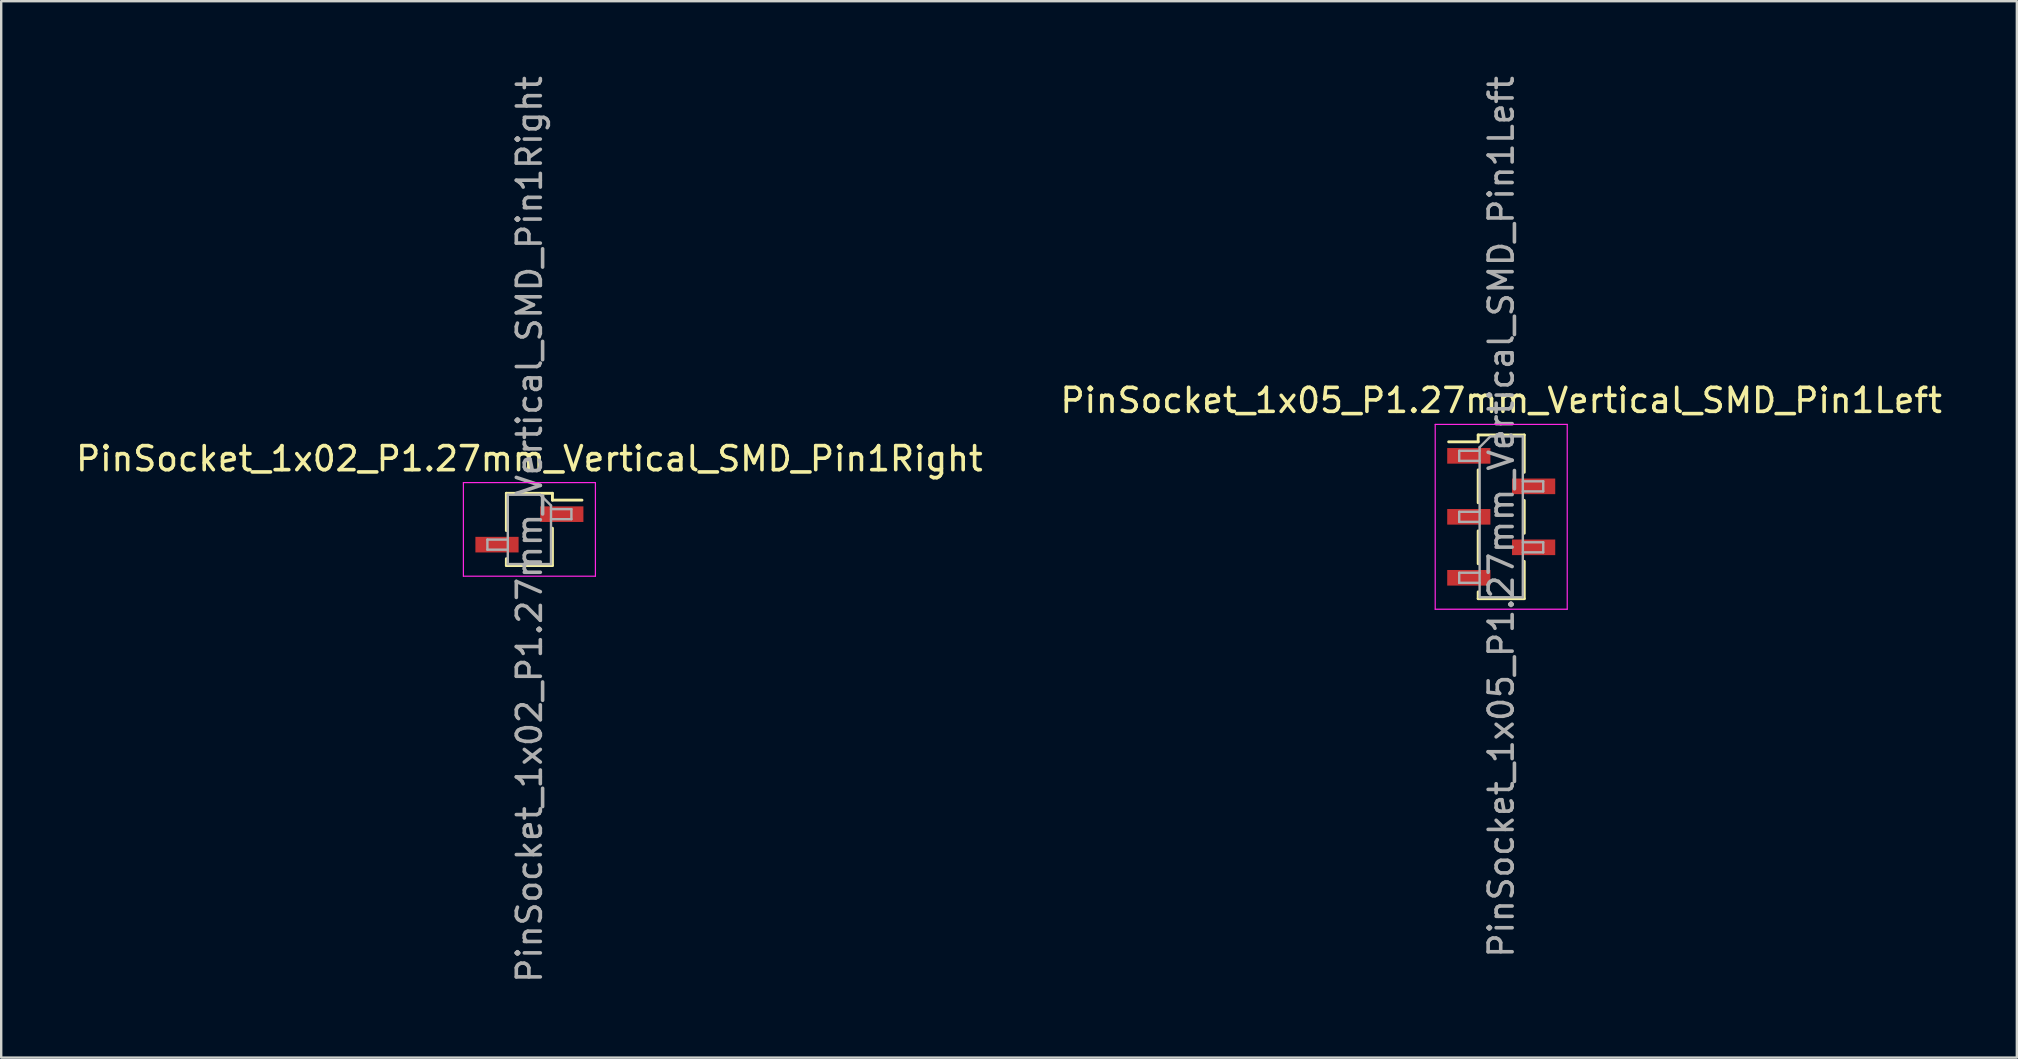
<source format=kicad_pcb>
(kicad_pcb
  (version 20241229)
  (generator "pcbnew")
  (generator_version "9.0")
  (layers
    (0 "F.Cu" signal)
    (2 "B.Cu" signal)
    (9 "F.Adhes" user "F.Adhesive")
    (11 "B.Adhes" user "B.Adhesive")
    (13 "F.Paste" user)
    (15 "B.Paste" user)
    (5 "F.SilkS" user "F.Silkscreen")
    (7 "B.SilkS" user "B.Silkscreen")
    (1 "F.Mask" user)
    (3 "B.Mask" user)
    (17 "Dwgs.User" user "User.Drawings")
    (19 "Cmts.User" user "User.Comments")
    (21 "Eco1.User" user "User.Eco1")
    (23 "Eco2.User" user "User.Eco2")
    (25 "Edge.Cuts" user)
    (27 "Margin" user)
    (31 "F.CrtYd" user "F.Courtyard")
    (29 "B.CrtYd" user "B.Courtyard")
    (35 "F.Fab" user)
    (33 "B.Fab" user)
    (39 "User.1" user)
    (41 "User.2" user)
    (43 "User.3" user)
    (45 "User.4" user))
  (footprint "PinSocket_1x02_P1.27mm_Vertical_SMD_Pin1Right"
    (layer "F.Cu")
    (at 19.006 19.006)
    (property "Reference" "PinSocket_1x02_P1.27mm_Vertical_SMD_Pin1Right" (at 0 -2.945 0) (layer "F.SilkS") (effects (font (size 1 1) (thickness 0.15))))
    (attr smd)
    (fp_line (start -0.96 -1.505) (end -0.96 0.05) (stroke (width 0.12) (type solid)) (layer "F.SilkS"))
    (fp_line (start -0.96 -1.505) (end 0.96 -1.505) (stroke (width 0.12) (type solid)) (layer "F.SilkS"))
    (fp_line (start -0.96 1.22) (end -0.96 1.505) (stroke (width 0.12) (type solid)) (layer "F.SilkS"))
    (fp_line (start -0.96 1.505) (end 0.96 1.505) (stroke (width 0.12) (type solid)) (layer "F.SilkS"))
    (fp_line (start 0.96 -1.505) (end 0.96 -1.22) (stroke (width 0.12) (type solid)) (layer "F.SilkS"))
    (fp_line (start 0.96 -1.22) (end 2.19 -1.22) (stroke (width 0.12) (type solid)) (layer "F.SilkS"))
    (fp_line (start 0.96 -0.05) (end 0.96 1.505) (stroke (width 0.12) (type solid)) (layer "F.SilkS"))
    (fp_line (start -2.75 -1.95) (end 2.75 -1.95) (stroke (width 0.05) (type solid)) (layer "F.CrtYd"))
    (fp_line (start -2.75 1.95) (end -2.75 -1.95) (stroke (width 0.05) (type solid)) (layer "F.CrtYd"))
    (fp_line (start 2.75 -1.95) (end 2.75 1.95) (stroke (width 0.05) (type solid)) (layer "F.CrtYd"))
    (fp_line (start 2.75 1.95) (end -2.75 1.95) (stroke (width 0.05) (type solid)) (layer "F.CrtYd"))
    (fp_line (start -1.75 0.425) (end -0.9 0.425) (stroke (width 0.1) (type solid)) (layer "F.Fab"))
    (fp_line (start -1.75 0.845) (end -1.75 0.425) (stroke (width 0.1) (type solid)) (layer "F.Fab"))
    (fp_line (start -0.9 -1.445) (end 0.45 -1.445) (stroke (width 0.1) (type solid)) (layer "F.Fab"))
    (fp_line (start -0.9 0.845) (end -1.75 0.845) (stroke (width 0.1) (type solid)) (layer "F.Fab"))
    (fp_line (start -0.9 1.445) (end -0.9 -1.445) (stroke (width 0.1) (type solid)) (layer "F.Fab"))
    (fp_line (start 0.45 -1.445) (end 0.9 -0.995) (stroke (width 0.1) (type solid)) (layer "F.Fab"))
    (fp_line (start 0.9 -0.995) (end 0.9 1.445) (stroke (width 0.1) (type solid)) (layer "F.Fab"))
    (fp_line (start 0.9 -0.845) (end 1.75 -0.845) (stroke (width 0.1) (type solid)) (layer "F.Fab"))
    (fp_line (start 0.9 1.445) (end -0.9 1.445) (stroke (width 0.1) (type solid)) (layer "F.Fab"))
    (fp_line (start 1.75 -0.845) (end 1.75 -0.425) (stroke (width 0.1) (type solid)) (layer "F.Fab"))
    (fp_line (start 1.75 -0.425) (end 0.9 -0.425) (stroke (width 0.1) (type solid)) (layer "F.Fab"))
    (fp_text user "${REFERENCE}" (at 0 0 90) (layer "F.Fab") (effects (font (size 1 1) (thickness 0.15))))
    (pad "1" smd rect (at 1.35 -0.635) (size 1.8 0.65) (layers "F.Cu" "F.Mask" "F.Paste"))
    (pad "2" smd rect (at -1.35 0.635) (size 1.8 0.65) (layers "F.Cu" "F.Mask" "F.Paste")))
  (footprint "PinSocket_1x05_P1.27mm_Vertical_SMD_Pin1Left"
    (layer "F.Cu")
    (at 59.494 18.482)
    (property "Reference" "PinSocket_1x05_P1.27mm_Vertical_SMD_Pin1Left" (at 0 -4.85 0) (layer "F.SilkS") (effects (font (size 1 1) (thickness 0.15))))
    (attr smd)
    (fp_line (start -2.19 -3.125) (end -0.96 -3.125) (stroke (width 0.12) (type solid)) (layer "F.SilkS"))
    (fp_line (start -0.96 -3.41) (end -0.96 -3.125) (stroke (width 0.12) (type solid)) (layer "F.SilkS"))
    (fp_line (start -0.96 -3.41) (end 0.96 -3.41) (stroke (width 0.12) (type solid)) (layer "F.SilkS"))
    (fp_line (start -0.96 -1.955) (end -0.96 -0.585) (stroke (width 0.12) (type solid)) (layer "F.SilkS"))
    (fp_line (start -0.96 0.585) (end -0.96 1.955) (stroke (width 0.12) (type solid)) (layer "F.SilkS"))
    (fp_line (start -0.96 3.125) (end -0.96 3.41) (stroke (width 0.12) (type solid)) (layer "F.SilkS"))
    (fp_line (start -0.96 3.41) (end 0.96 3.41) (stroke (width 0.12) (type solid)) (layer "F.SilkS"))
    (fp_line (start 0.96 -3.41) (end 0.96 -1.855) (stroke (width 0.12) (type solid)) (layer "F.SilkS"))
    (fp_line (start 0.96 -0.685) (end 0.96 0.685) (stroke (width 0.12) (type solid)) (layer "F.SilkS"))
    (fp_line (start 0.96 1.855) (end 0.96 3.41) (stroke (width 0.12) (type solid)) (layer "F.SilkS"))
    (fp_line (start -2.75 -3.85) (end 2.75 -3.85) (stroke (width 0.05) (type solid)) (layer "F.CrtYd"))
    (fp_line (start -2.75 3.85) (end -2.75 -3.85) (stroke (width 0.05) (type solid)) (layer "F.CrtYd"))
    (fp_line (start 2.75 -3.85) (end 2.75 3.85) (stroke (width 0.05) (type solid)) (layer "F.CrtYd"))
    (fp_line (start 2.75 3.85) (end -2.75 3.85) (stroke (width 0.05) (type solid)) (layer "F.CrtYd"))
    (fp_line (start -1.75 -2.75) (end -0.9 -2.75) (stroke (width 0.1) (type solid)) (layer "F.Fab"))
    (fp_line (start -1.75 -2.33) (end -1.75 -2.75) (stroke (width 0.1) (type solid)) (layer "F.Fab"))
    (fp_line (start -1.75 -0.21) (end -0.9 -0.21) (stroke (width 0.1) (type solid)) (layer "F.Fab"))
    (fp_line (start -1.75 0.21) (end -1.75 -0.21) (stroke (width 0.1) (type solid)) (layer "F.Fab"))
    (fp_line (start -1.75 2.33) (end -0.9 2.33) (stroke (width 0.1) (type solid)) (layer "F.Fab"))
    (fp_line (start -1.75 2.75) (end -1.75 2.33) (stroke (width 0.1) (type solid)) (layer "F.Fab"))
    (fp_line (start -0.9 -2.9) (end -0.45 -3.35) (stroke (width 0.1) (type solid)) (layer "F.Fab"))
    (fp_line (start -0.9 -2.33) (end -1.75 -2.33) (stroke (width 0.1) (type solid)) (layer "F.Fab"))
    (fp_line (start -0.9 0.21) (end -1.75 0.21) (stroke (width 0.1) (type solid)) (layer "F.Fab"))
    (fp_line (start -0.9 2.75) (end -1.75 2.75) (stroke (width 0.1) (type solid)) (layer "F.Fab"))
    (fp_line (start -0.9 3.35) (end -0.9 -2.9) (stroke (width 0.1) (type solid)) (layer "F.Fab"))
    (fp_line (start -0.45 -3.35) (end 0.9 -3.35) (stroke (width 0.1) (type solid)) (layer "F.Fab"))
    (fp_line (start 0.9 -3.35) (end 0.9 3.35) (stroke (width 0.1) (type solid)) (layer "F.Fab"))
    (fp_line (start 0.9 -1.48) (end 1.75 -1.48) (stroke (width 0.1) (type solid)) (layer "F.Fab"))
    (fp_line (start 0.9 1.06) (end 1.75 1.06) (stroke (width 0.1) (type solid)) (layer "F.Fab"))
    (fp_line (start 0.9 3.35) (end -0.9 3.35) (stroke (width 0.1) (type solid)) (layer "F.Fab"))
    (fp_line (start 1.75 -1.48) (end 1.75 -1.06) (stroke (width 0.1) (type solid)) (layer "F.Fab"))
    (fp_line (start 1.75 -1.06) (end 0.9 -1.06) (stroke (width 0.1) (type solid)) (layer "F.Fab"))
    (fp_line (start 1.75 1.06) (end 1.75 1.48) (stroke (width 0.1) (type solid)) (layer "F.Fab"))
    (fp_line (start 1.75 1.48) (end 0.9 1.48) (stroke (width 0.1) (type solid)) (layer "F.Fab"))
    (fp_text user "${REFERENCE}" (at 0 0 90) (layer "F.Fab") (effects (font (size 1 1) (thickness 0.15))))
    (pad "1" smd rect (at -1.35 -2.54) (size 1.8 0.65) (layers "F.Cu" "F.Mask" "F.Paste"))
    (pad "2" smd rect (at 1.35 -1.27) (size 1.8 0.65) (layers "F.Cu" "F.Mask" "F.Paste"))
    (pad "3" smd rect (at -1.35 0) (size 1.8 0.65) (layers "F.Cu" "F.Mask" "F.Paste"))
    (pad "4" smd rect (at 1.35 1.27) (size 1.8 0.65) (layers "F.Cu" "F.Mask" "F.Paste"))
    (pad "5" smd rect (at -1.35 2.54) (size 1.8 0.65) (layers "F.Cu" "F.Mask" "F.Paste")))
  (gr_rect
    (start -3 -3)
    (end 80.976 41.012)
    (stroke (width 0.1) (type default))
    (fill no)
    (layer "Edge.Cuts")))
</source>
